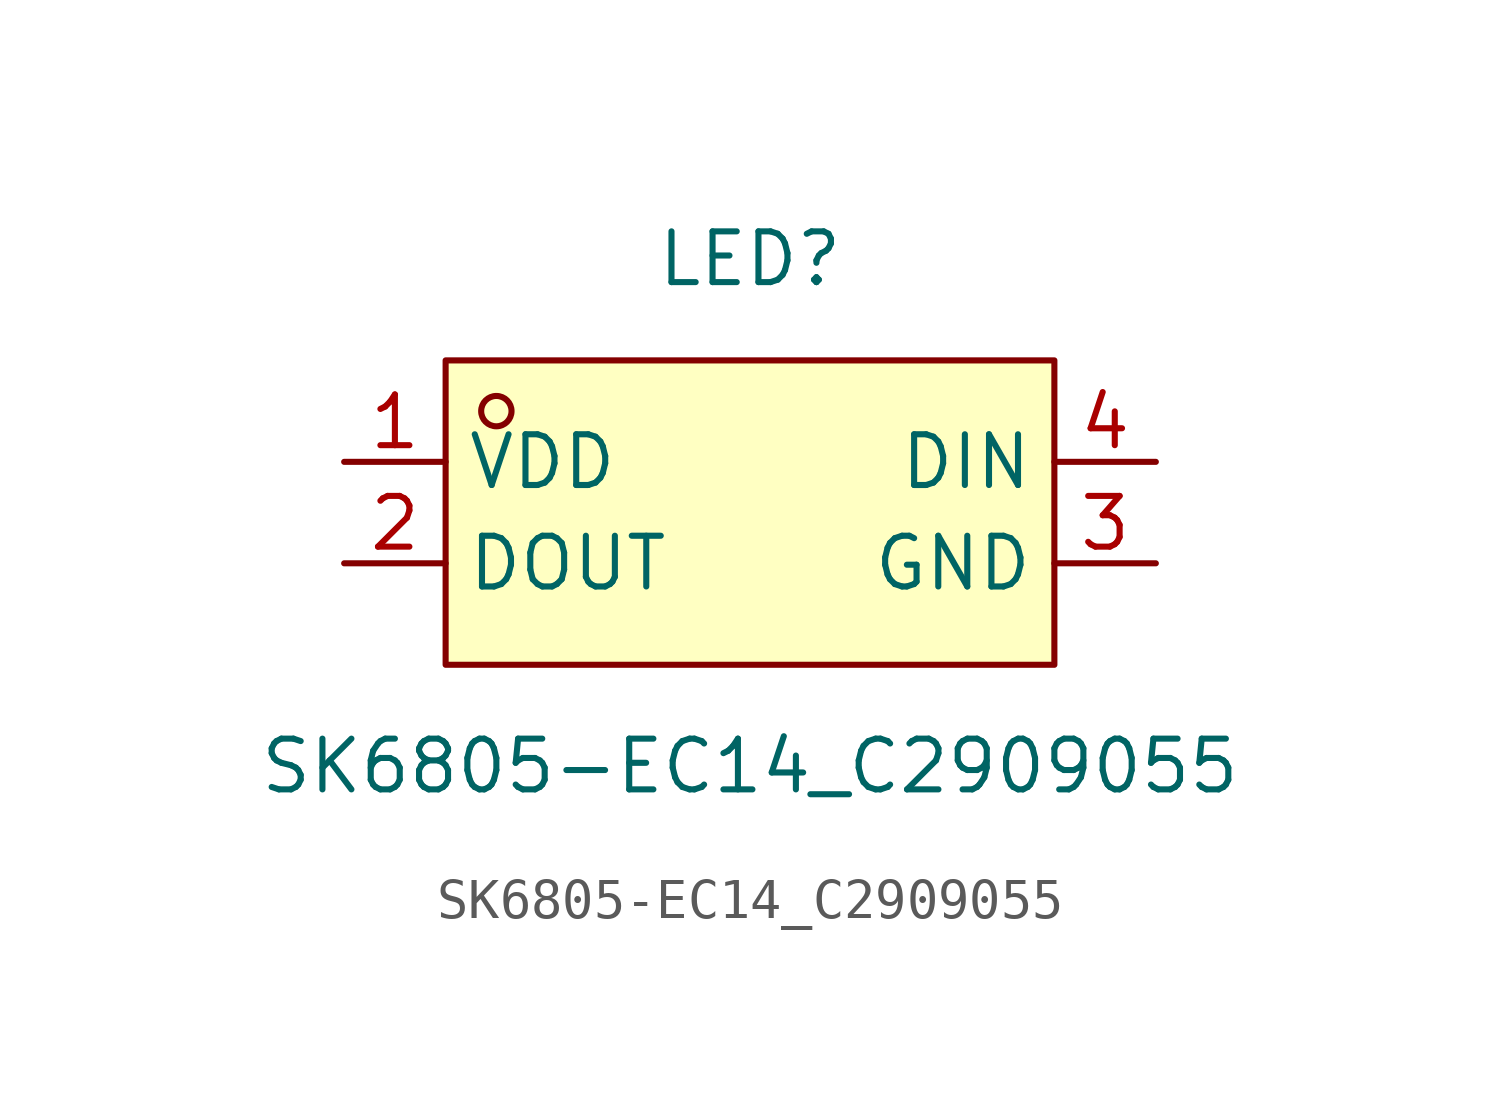
<source format=kicad_sym>
(kicad_symbol_lib
  (version 20211014)
  (generator https://github.com/uPesy/easyeda2kicad.py)
  (symbol "SK6805-EC14_C2909055"
    (property "Reference" "LED"
      (at 0 7.62 0)
      (effects (font (size 1.27 1.27))))
    (property "Value" "SK6805-EC14_C2909055"
      (at 0 -5.08 0)
      (effects (font (size 1.27 1.27))))
    (symbol "SK6805-EC14_C2909055_0_1"
      (rectangle (start -7.62 5.08) (end 7.62 -2.54) (stroke (width 0) (type default) (color 0 0 0 0)) (fill (type background)))
      (circle (center -6.35 3.81) (radius 0.38) (stroke (width 0) (type default) (color 0 0 0 0)) (fill (type none)))
      (pin unspecified line (at 10.16 2.54 180) (length 2.54) (name "DIN" (effects (font (size 1.27 1.27)))) (number "4" (effects (font (size 1.27 1.27)))))
      (pin unspecified line (at 10.16 -0.00 180) (length 2.54) (name "GND" (effects (font (size 1.27 1.27)))) (number "3" (effects (font (size 1.27 1.27)))))
      (pin unspecified line (at -10.16 -0.00 0) (length 2.54) (name "DOUT" (effects (font (size 1.27 1.27)))) (number "2" (effects (font (size 1.27 1.27)))))
      (pin unspecified line (at -10.16 2.54 0) (length 2.54) (name "VDD" (effects (font (size 1.27 1.27)))) (number "1" (effects (font (size 1.27 1.27))))))))
</source>
